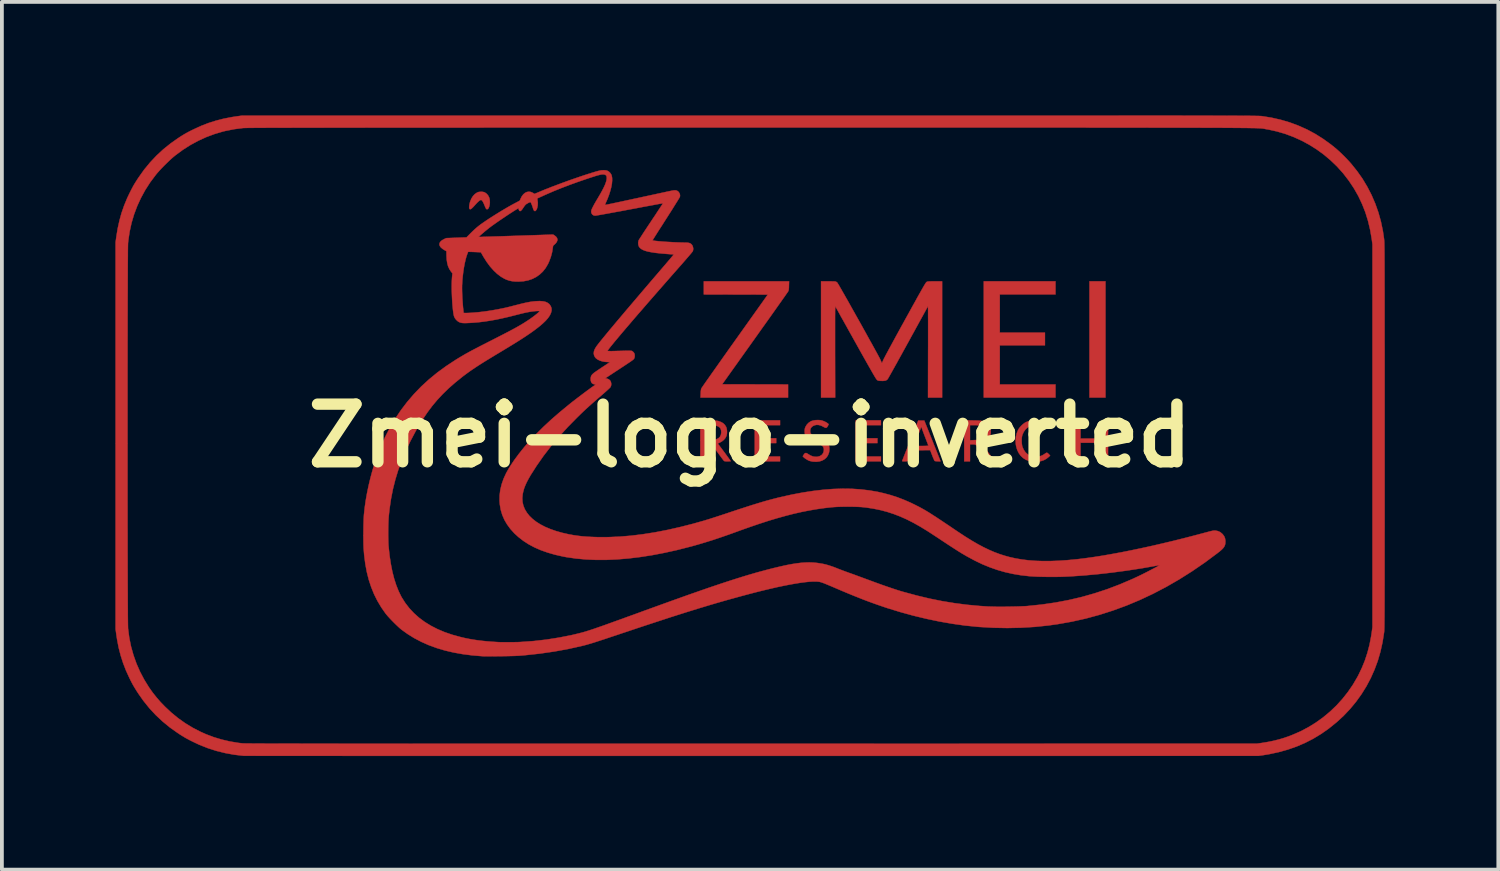
<source format=kicad_pcb>
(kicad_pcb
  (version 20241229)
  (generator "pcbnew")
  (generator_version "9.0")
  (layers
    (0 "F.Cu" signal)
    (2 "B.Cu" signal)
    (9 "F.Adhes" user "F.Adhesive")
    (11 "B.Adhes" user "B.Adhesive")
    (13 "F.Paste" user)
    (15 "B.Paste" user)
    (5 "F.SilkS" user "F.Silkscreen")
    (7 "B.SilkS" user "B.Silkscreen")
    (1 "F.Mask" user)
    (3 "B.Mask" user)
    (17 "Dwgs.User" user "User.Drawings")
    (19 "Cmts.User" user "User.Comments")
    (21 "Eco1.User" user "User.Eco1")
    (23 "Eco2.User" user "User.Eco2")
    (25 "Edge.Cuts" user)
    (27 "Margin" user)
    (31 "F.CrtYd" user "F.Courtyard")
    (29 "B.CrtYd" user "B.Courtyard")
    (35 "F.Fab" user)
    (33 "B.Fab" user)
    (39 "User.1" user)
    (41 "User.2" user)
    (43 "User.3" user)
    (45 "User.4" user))
  (footprint "Zmei-logo-inverted"
    (layer "F.Cu")
    (at 16.773 8.467)
    (property "Reference" "Zmei-logo-inverted" (at 0 0 0) (layer "F.SilkS") (effects (font (size 1.524 1.524) (thickness 0.3))))
    (attr through_hole)
    (fp_poly (pts (xy 9.398 -1.008) (xy 8.975 -1.008) (xy 8.975 -4.081) (xy 9.398 -4.081) (xy 9.398 -1.008)) (stroke (width 0.01) (type solid)) (fill yes) (layer "F.Cu"))
    (fp_poly (pts (xy 0.796 -0.279) (xy 0.279 -0.279) (xy 0.279 0.068) (xy 0.694 0.068) (xy 0.694 0.195) (xy 0.279 0.195) (xy 0.279 0.55) (xy 0.796 0.55) (xy 0.796 0.677) (xy 0.127 0.677) (xy 0.127 -0.406) (xy 0.796 -0.406) (xy 0.796 -0.279)) (stroke (width 0.01) (type solid)) (fill yes) (layer "F.Cu"))
    (fp_poly (pts (xy 3.463 -0.279) (xy 2.946 -0.279) (xy 2.946 0.068) (xy 3.37 0.068) (xy 3.37 0.195) (xy 2.946 0.195) (xy 2.946 0.55) (xy 3.463 0.55) (xy 3.463 0.677) (xy 2.794 0.677) (xy 2.794 -0.406) (xy 3.463 -0.406) (xy 3.463 -0.279)) (stroke (width 0.01) (type solid)) (fill yes) (layer "F.Cu"))
    (fp_poly (pts (xy 8.077 -3.734) (xy 6.604 -3.734) (xy 6.604 -2.726) (xy 7.798 -2.726) (xy 7.798 -2.388) (xy 6.604 -2.388) (xy 6.604 -1.355) (xy 8.077 -1.355) (xy 8.077 -1.008) (xy 6.181 -1.008) (xy 6.181 -4.081) (xy 8.077 -4.081) (xy 8.077 -3.734)) (stroke (width 0.01) (type solid)) (fill yes) (layer "F.Cu"))
    (fp_poly (pts (xy 8.738 0.076) (xy 9.313 0.076) (xy 9.313 -0.406) (xy 9.466 -0.406) (xy 9.466 0.677) (xy 9.313 0.677) (xy 9.313 0.186) (xy 8.738 0.186) (xy 8.738 0.677) (xy 8.585 0.677) (xy 8.585 -0.406) (xy 8.738 -0.406) (xy 8.738 0.076)) (stroke (width 0.01) (type solid)) (fill yes) (layer "F.Cu"))
    (fp_poly (pts (xy -7.076 -6.447) (xy -7.031 -6.439) (xy -7.006 -6.429) (xy -6.96 -6.396) (xy -6.921 -6.351) (xy -6.894 -6.297) (xy -6.893 -6.296) (xy -6.881 -6.254) (xy -6.876 -6.207) (xy -6.875 -6.158) (xy -6.88 -6.11) (xy -6.889 -6.066) (xy -6.902 -6.03) (xy -6.918 -6.002) (xy -6.937 -5.988) (xy -6.946 -5.986) (xy -6.958 -5.987) (xy -6.967 -5.991) (xy -6.976 -6.002) (xy -6.986 -6.021) (xy -7 -6.051) (xy -7.015 -6.088) (xy -7.039 -6.145) (xy -7.061 -6.187) (xy -7.08 -6.215) (xy -7.097 -6.229) (xy -7.107 -6.231) (xy -7.125 -6.228) (xy -7.147 -6.216) (xy -7.174 -6.194) (xy -7.208 -6.162) (xy -7.249 -6.118) (xy -7.273 -6.091) (xy -7.314 -6.046) (xy -7.346 -6.015) (xy -7.371 -5.995) (xy -7.389 -5.986) (xy -7.403 -5.987) (xy -7.414 -5.998) (xy -7.417 -6.003) (xy -7.422 -6.025) (xy -7.421 -6.06) (xy -7.416 -6.104) (xy -7.405 -6.153) (xy -7.395 -6.19) (xy -7.363 -6.267) (xy -7.321 -6.334) (xy -7.27 -6.388) (xy -7.211 -6.428) (xy -7.173 -6.442) (xy -7.125 -6.448) (xy -7.076 -6.447)) (stroke (width 0.01) (type solid)) (fill yes) (layer "F.Cu"))
    (fp_poly (pts (xy 1.031 -3.965) (xy 1.03 -3.916) (xy 1.027 -3.88) (xy 1.024 -3.854) (xy 1.019 -3.835) (xy 1.012 -3.818) (xy 1.01 -3.814) (xy 1.003 -3.804) (xy 0.987 -3.78) (xy 0.962 -3.745) (xy 0.929 -3.697) (xy 0.888 -3.639) (xy 0.839 -3.57) (xy 0.784 -3.492) (xy 0.723 -3.406) (xy 0.656 -3.311) (xy 0.584 -3.209) (xy 0.507 -3.101) (xy 0.425 -2.986) (xy 0.34 -2.867) (xy 0.252 -2.743) (xy 0.161 -2.615) (xy 0.129 -2.57) (xy -0.734 -1.359) (xy 0.137 -1.357) (xy 1.008 -1.355) (xy 1.008 -1.008) (xy -1.306 -1.008) (xy -1.302 -1.111) (xy -1.299 -1.17) (xy -1.294 -1.213) (xy -1.286 -1.243) (xy -1.284 -1.249) (xy -1.278 -1.259) (xy -1.262 -1.283) (xy -1.238 -1.318) (xy -1.205 -1.366) (xy -1.164 -1.424) (xy -1.116 -1.493) (xy -1.061 -1.571) (xy -1 -1.658) (xy -0.933 -1.752) (xy -0.861 -1.854) (xy -0.784 -1.963) (xy -0.703 -2.078) (xy -0.618 -2.198) (xy -0.53 -2.322) (xy -0.439 -2.45) (xy -0.399 -2.506) (xy 0.472 -3.73) (xy -0.373 -3.732) (xy -1.219 -3.734) (xy -1.219 -4.081) (xy 1.035 -4.081) (xy 1.031 -3.965)) (stroke (width 0.01) (type solid)) (fill yes) (layer "F.Cu"))
    (fp_poly (pts (xy 7.616 -0.413) (xy 7.687 -0.402) (xy 7.736 -0.386) (xy 7.788 -0.363) (xy 7.839 -0.336) (xy 7.88 -0.308) (xy 7.886 -0.302) (xy 7.917 -0.275) (xy 7.885 -0.233) (xy 7.865 -0.21) (xy 7.848 -0.194) (xy 7.838 -0.188) (xy 7.824 -0.191) (xy 7.801 -0.201) (xy 7.772 -0.215) (xy 7.766 -0.219) (xy 7.702 -0.252) (xy 7.639 -0.271) (xy 7.573 -0.279) (xy 7.552 -0.279) (xy 7.471 -0.272) (xy 7.399 -0.251) (xy 7.336 -0.215) (xy 7.282 -0.165) (xy 7.237 -0.101) (xy 7.202 -0.023) (xy 7.2 -0.017) (xy 7.19 0.026) (xy 7.184 0.081) (xy 7.183 0.141) (xy 7.186 0.201) (xy 7.193 0.256) (xy 7.203 0.297) (xy 7.238 0.374) (xy 7.283 0.438) (xy 7.338 0.488) (xy 7.402 0.526) (xy 7.474 0.548) (xy 7.552 0.556) (xy 7.613 0.552) (xy 7.673 0.54) (xy 7.723 0.522) (xy 7.768 0.496) (xy 7.792 0.48) (xy 7.816 0.463) (xy 7.837 0.452) (xy 7.847 0.449) (xy 7.861 0.454) (xy 7.881 0.469) (xy 7.899 0.487) (xy 7.936 0.525) (xy 7.9 0.559) (xy 7.837 0.609) (xy 7.772 0.645) (xy 7.699 0.67) (xy 7.616 0.685) (xy 7.607 0.686) (xy 7.573 0.689) (xy 7.546 0.692) (xy 7.53 0.693) (xy 7.527 0.693) (xy 7.517 0.692) (xy 7.495 0.689) (xy 7.466 0.685) (xy 7.466 0.685) (xy 7.375 0.667) (xy 7.292 0.635) (xy 7.22 0.589) (xy 7.157 0.53) (xy 7.106 0.46) (xy 7.066 0.378) (xy 7.038 0.286) (xy 7.027 0.219) (xy 7.022 0.122) (xy 7.031 0.026) (xy 7.053 -0.066) (xy 7.087 -0.15) (xy 7.097 -0.169) (xy 7.127 -0.213) (xy 7.168 -0.259) (xy 7.213 -0.302) (xy 7.26 -0.337) (xy 7.287 -0.354) (xy 7.361 -0.384) (xy 7.443 -0.405) (xy 7.53 -0.415) (xy 7.616 -0.413)) (stroke (width 0.01) (type solid)) (fill yes) (layer "F.Cu"))
    (fp_poly (pts (xy 5.882 -0.404) (xy 5.956 -0.403) (xy 6.016 -0.401) (xy 6.064 -0.398) (xy 6.103 -0.394) (xy 6.136 -0.388) (xy 6.164 -0.381) (xy 6.191 -0.371) (xy 6.219 -0.358) (xy 6.233 -0.351) (xy 6.276 -0.321) (xy 6.315 -0.28) (xy 6.344 -0.233) (xy 6.353 -0.211) (xy 6.364 -0.16) (xy 6.367 -0.102) (xy 6.363 -0.044) (xy 6.352 0.006) (xy 6.35 0.012) (xy 6.32 0.067) (xy 6.277 0.117) (xy 6.221 0.159) (xy 6.156 0.191) (xy 6.136 0.198) (xy 6.128 0.202) (xy 6.128 0.21) (xy 6.138 0.225) (xy 6.146 0.235) (xy 6.157 0.25) (xy 6.177 0.276) (xy 6.204 0.312) (xy 6.236 0.356) (xy 6.273 0.405) (xy 6.311 0.458) (xy 6.32 0.47) (xy 6.469 0.673) (xy 6.395 0.676) (xy 6.359 0.676) (xy 6.328 0.676) (xy 6.307 0.675) (xy 6.303 0.674) (xy 6.294 0.666) (xy 6.275 0.645) (xy 6.249 0.613) (xy 6.217 0.571) (xy 6.179 0.521) (xy 6.136 0.462) (xy 6.136 0.462) (xy 6.097 0.409) (xy 6.061 0.361) (xy 6.029 0.318) (xy 6.002 0.283) (xy 5.981 0.257) (xy 5.969 0.243) (xy 5.967 0.241) (xy 5.945 0.233) (xy 5.91 0.229) (xy 5.882 0.229) (xy 5.817 0.229) (xy 5.817 0.677) (xy 5.664 0.677) (xy 5.664 -0.279) (xy 5.817 -0.279) (xy 5.817 0.121) (xy 5.929 0.116) (xy 5.988 0.113) (xy 6.037 0.107) (xy 6.071 0.1) (xy 6.078 0.098) (xy 6.133 0.07) (xy 6.175 0.032) (xy 6.203 -0.014) (xy 6.217 -0.067) (xy 6.216 -0.125) (xy 6.213 -0.138) (xy 6.202 -0.172) (xy 6.183 -0.202) (xy 6.169 -0.217) (xy 6.143 -0.24) (xy 6.114 -0.256) (xy 6.079 -0.268) (xy 6.035 -0.275) (xy 5.98 -0.279) (xy 5.929 -0.279) (xy 5.817 -0.279) (xy 5.664 -0.279) (xy 5.664 -0.408) (xy 5.882 -0.404)) (stroke (width 0.01) (type solid)) (fill yes) (layer "F.Cu"))
    (fp_poly (pts (xy 4.823 0.135) (xy 4.859 0.226) (xy 4.893 0.312) (xy 4.925 0.391) (xy 4.954 0.464) (xy 4.979 0.528) (xy 5.001 0.582) (xy 5.018 0.625) (xy 5.03 0.655) (xy 5.037 0.672) (xy 5.038 0.675) (xy 5.03 0.678) (xy 5.01 0.679) (xy 4.982 0.678) (xy 4.951 0.676) (xy 4.922 0.674) (xy 4.898 0.671) (xy 4.884 0.667) (xy 4.883 0.667) (xy 4.876 0.656) (xy 4.864 0.631) (xy 4.849 0.597) (xy 4.831 0.555) (xy 4.817 0.518) (xy 4.764 0.381) (xy 4.291 0.385) (xy 4.24 0.516) (xy 4.223 0.561) (xy 4.206 0.602) (xy 4.191 0.634) (xy 4.181 0.656) (xy 4.176 0.663) (xy 4.166 0.67) (xy 4.149 0.675) (xy 4.122 0.677) (xy 4.092 0.677) (xy 4.057 0.677) (xy 4.036 0.676) (xy 4.026 0.672) (xy 4.024 0.667) (xy 4.025 0.663) (xy 4.029 0.652) (xy 4.039 0.628) (xy 4.054 0.59) (xy 4.073 0.541) (xy 4.097 0.481) (xy 4.124 0.412) (xy 4.155 0.336) (xy 4.181 0.271) (xy 4.335 0.271) (xy 4.526 0.271) (xy 4.583 0.271) (xy 4.632 0.27) (xy 4.672 0.268) (xy 4.7 0.266) (xy 4.715 0.264) (xy 4.716 0.263) (xy 4.713 0.254) (xy 4.705 0.23) (xy 4.692 0.195) (xy 4.675 0.151) (xy 4.655 0.099) (xy 4.633 0.041) (xy 4.627 0.026) (xy 4.604 -0.033) (xy 4.584 -0.088) (xy 4.566 -0.135) (xy 4.552 -0.174) (xy 4.543 -0.201) (xy 4.538 -0.215) (xy 4.538 -0.216) (xy 4.533 -0.227) (xy 4.53 -0.229) (xy 4.521 -0.222) (xy 4.521 -0.22) (xy 4.518 -0.21) (xy 4.51 -0.187) (xy 4.497 -0.153) (xy 4.481 -0.109) (xy 4.462 -0.058) (xy 4.441 -0.003) (xy 4.419 0.054) (xy 4.397 0.112) (xy 4.376 0.168) (xy 4.356 0.219) (xy 4.353 0.226) (xy 4.335 0.271) (xy 4.181 0.271) (xy 4.188 0.253) (xy 4.223 0.165) (xy 4.24 0.123) (xy 4.45 -0.402) (xy 4.608 -0.402) (xy 4.823 0.135)) (stroke (width 0.01) (type solid)) (fill yes) (layer "F.Cu"))
    (fp_poly (pts (xy -1.094 -0.404) (xy -1.018 -0.402) (xy -0.956 -0.4) (xy -0.908 -0.397) (xy -0.871 -0.394) (xy -0.845 -0.39) (xy -0.832 -0.387) (xy -0.762 -0.361) (xy -0.706 -0.328) (xy -0.663 -0.286) (xy -0.63 -0.234) (xy -0.628 -0.229) (xy -0.613 -0.181) (xy -0.606 -0.124) (xy -0.607 -0.065) (xy -0.616 -0.009) (xy -0.621 0.006) (xy -0.647 0.059) (xy -0.688 0.107) (xy -0.74 0.15) (xy -0.79 0.178) (xy -0.822 0.193) (xy -0.84 0.204) (xy -0.847 0.211) (xy -0.845 0.218) (xy -0.843 0.22) (xy -0.835 0.229) (xy -0.819 0.249) (xy -0.796 0.279) (xy -0.768 0.316) (xy -0.736 0.359) (xy -0.701 0.406) (xy -0.665 0.454) (xy -0.63 0.502) (xy -0.597 0.548) (xy -0.567 0.589) (xy -0.541 0.624) (xy -0.522 0.651) (xy -0.511 0.668) (xy -0.508 0.673) (xy -0.516 0.675) (xy -0.537 0.676) (xy -0.568 0.677) (xy -0.591 0.677) (xy -0.63 0.677) (xy -0.656 0.675) (xy -0.673 0.672) (xy -0.684 0.666) (xy -0.692 0.658) (xy -0.701 0.647) (xy -0.719 0.623) (xy -0.744 0.59) (xy -0.774 0.549) (xy -0.809 0.502) (xy -0.846 0.451) (xy -0.851 0.445) (xy -0.888 0.394) (xy -0.923 0.347) (xy -0.954 0.307) (xy -0.98 0.274) (xy -0.999 0.251) (xy -1.01 0.24) (xy -1.01 0.239) (xy -1.028 0.234) (xy -1.056 0.231) (xy -1.09 0.229) (xy -1.094 0.229) (xy -1.16 0.229) (xy -1.16 0.677) (xy -1.312 0.677) (xy -1.312 -0.279) (xy -1.16 -0.279) (xy -1.16 0.119) (xy -1.077 0.119) (xy -1.034 0.118) (xy -0.991 0.115) (xy -0.954 0.111) (xy -0.944 0.109) (xy -0.879 0.091) (xy -0.828 0.063) (xy -0.791 0.026) (xy -0.768 -0.022) (xy -0.758 -0.079) (xy -0.758 -0.089) (xy -0.762 -0.142) (xy -0.776 -0.186) (xy -0.801 -0.22) (xy -0.838 -0.246) (xy -0.887 -0.264) (xy -0.95 -0.275) (xy -1.028 -0.279) (xy -1.047 -0.279) (xy -1.16 -0.279) (xy -1.312 -0.279) (xy -1.312 -0.408) (xy -1.094 -0.404)) (stroke (width 0.01) (type solid)) (fill yes) (layer "F.Cu"))
    (fp_poly (pts (xy 1.844 -0.412) (xy 1.881 -0.407) (xy 1.927 -0.394) (xy 1.976 -0.374) (xy 2.022 -0.35) (xy 2.055 -0.327) (xy 2.082 -0.304) (xy 2.061 -0.262) (xy 2.042 -0.229) (xy 2.023 -0.212) (xy 2.001 -0.209) (xy 1.973 -0.219) (xy 1.949 -0.232) (xy 1.883 -0.266) (xy 1.818 -0.284) (xy 1.757 -0.287) (xy 1.7 -0.273) (xy 1.659 -0.252) (xy 1.622 -0.219) (xy 1.6 -0.18) (xy 1.592 -0.133) (xy 1.592 -0.126) (xy 1.593 -0.096) (xy 1.598 -0.075) (xy 1.61 -0.056) (xy 1.618 -0.046) (xy 1.636 -0.029) (xy 1.656 -0.013) (xy 1.682 0.002) (xy 1.715 0.017) (xy 1.76 0.034) (xy 1.81 0.052) (xy 1.884 0.08) (xy 1.943 0.106) (xy 1.99 0.132) (xy 2.026 0.159) (xy 2.054 0.189) (xy 2.075 0.223) (xy 2.08 0.233) (xy 2.093 0.275) (xy 2.099 0.327) (xy 2.099 0.383) (xy 2.092 0.437) (xy 2.086 0.458) (xy 2.059 0.524) (xy 2.019 0.58) (xy 1.967 0.625) (xy 1.905 0.659) (xy 1.834 0.68) (xy 1.755 0.689) (xy 1.669 0.685) (xy 1.632 0.679) (xy 1.595 0.67) (xy 1.575 0.665) (xy 1.539 0.65) (xy 1.499 0.627) (xy 1.46 0.602) (xy 1.428 0.577) (xy 1.416 0.565) (xy 1.396 0.544) (xy 1.423 0.501) (xy 1.444 0.472) (xy 1.465 0.458) (xy 1.49 0.458) (xy 1.52 0.473) (xy 1.543 0.488) (xy 1.603 0.524) (xy 1.665 0.548) (xy 1.727 0.558) (xy 1.787 0.556) (xy 1.842 0.541) (xy 1.89 0.513) (xy 1.905 0.5) (xy 1.932 0.463) (xy 1.949 0.419) (xy 1.955 0.372) (xy 1.95 0.327) (xy 1.935 0.292) (xy 1.909 0.264) (xy 1.868 0.238) (xy 1.812 0.213) (xy 1.757 0.194) (xy 1.672 0.165) (xy 1.602 0.135) (xy 1.547 0.103) (xy 1.506 0.066) (xy 1.476 0.025) (xy 1.457 -0.022) (xy 1.448 -0.077) (xy 1.446 -0.119) (xy 1.448 -0.16) (xy 1.453 -0.193) (xy 1.464 -0.225) (xy 1.47 -0.237) (xy 1.502 -0.29) (xy 1.546 -0.337) (xy 1.599 -0.375) (xy 1.632 -0.39) (xy 1.676 -0.402) (xy 1.73 -0.411) (xy 1.788 -0.414) (xy 1.844 -0.412)) (stroke (width 0.01) (type solid)) (fill yes) (layer "F.Cu"))
    (fp_poly (pts (xy 2.111 -4.081) (xy 2.162 -4.08) (xy 2.205 -4.079) (xy 2.238 -4.078) (xy 2.258 -4.076) (xy 2.26 -4.076) (xy 2.285 -4.065) (xy 2.307 -4.049) (xy 2.308 -4.048) (xy 2.315 -4.037) (xy 2.33 -4.012) (xy 2.353 -3.975) (xy 2.381 -3.925) (xy 2.416 -3.866) (xy 2.455 -3.796) (xy 2.5 -3.718) (xy 2.548 -3.633) (xy 2.6 -3.542) (xy 2.654 -3.445) (xy 2.711 -3.343) (xy 2.77 -3.239) (xy 2.829 -3.133) (xy 2.89 -3.025) (xy 2.95 -2.918) (xy 3.009 -2.811) (xy 3.067 -2.707) (xy 3.123 -2.605) (xy 3.177 -2.508) (xy 3.228 -2.417) (xy 3.275 -2.331) (xy 3.318 -2.253) (xy 3.356 -2.184) (xy 3.388 -2.124) (xy 3.415 -2.074) (xy 3.435 -2.036) (xy 3.447 -2.011) (xy 3.451 -2.002) (xy 3.465 -1.969) (xy 3.477 -1.942) (xy 3.485 -1.926) (xy 3.488 -1.922) (xy 3.493 -1.929) (xy 3.502 -1.949) (xy 3.515 -1.978) (xy 3.524 -2) (xy 3.532 -2.017) (xy 3.548 -2.048) (xy 3.571 -2.092) (xy 3.6 -2.148) (xy 3.636 -2.214) (xy 3.677 -2.291) (xy 3.724 -2.377) (xy 3.775 -2.471) (xy 3.83 -2.572) (xy 3.888 -2.679) (xy 3.95 -2.792) (xy 4.014 -2.909) (xy 4.081 -3.029) (xy 4.1 -3.065) (xy 4.179 -3.207) (xy 4.249 -3.334) (xy 4.312 -3.449) (xy 4.369 -3.55) (xy 4.418 -3.64) (xy 4.462 -3.719) (xy 4.501 -3.787) (xy 4.534 -3.846) (xy 4.562 -3.896) (xy 4.586 -3.937) (xy 4.606 -3.972) (xy 4.623 -3.999) (xy 4.636 -4.021) (xy 4.647 -4.037) (xy 4.656 -4.049) (xy 4.663 -4.058) (xy 4.669 -4.063) (xy 4.674 -4.066) (xy 4.674 -4.066) (xy 4.686 -4.071) (xy 4.7 -4.075) (xy 4.721 -4.077) (xy 4.748 -4.079) (xy 4.786 -4.08) (xy 4.837 -4.081) (xy 4.892 -4.081) (xy 5.08 -4.081) (xy 5.08 -1.008) (xy 4.707 -1.008) (xy 4.709 -2.218) (xy 4.71 -2.359) (xy 4.71 -2.496) (xy 4.71 -2.627) (xy 4.71 -2.752) (xy 4.71 -2.869) (xy 4.71 -2.977) (xy 4.71 -3.076) (xy 4.709 -3.164) (xy 4.709 -3.241) (xy 4.709 -3.306) (xy 4.708 -3.357) (xy 4.708 -3.394) (xy 4.707 -3.416) (xy 4.707 -3.422) (xy 4.702 -3.414) (xy 4.69 -3.392) (xy 4.67 -3.357) (xy 4.644 -3.31) (xy 4.612 -3.251) (xy 4.574 -3.182) (xy 4.531 -3.104) (xy 4.483 -3.017) (xy 4.431 -2.922) (xy 4.375 -2.82) (xy 4.316 -2.712) (xy 4.254 -2.6) (xy 4.19 -2.482) (xy 4.182 -2.468) (xy 4.117 -2.35) (xy 4.054 -2.236) (xy 3.994 -2.126) (xy 3.936 -2.023) (xy 3.883 -1.925) (xy 3.833 -1.836) (xy 3.787 -1.754) (xy 3.747 -1.682) (xy 3.712 -1.62) (xy 3.683 -1.569) (xy 3.661 -1.53) (xy 3.646 -1.505) (xy 3.638 -1.493) (xy 3.638 -1.492) (xy 3.615 -1.472) (xy 3.587 -1.458) (xy 3.551 -1.451) (xy 3.504 -1.448) (xy 3.469 -1.449) (xy 3.431 -1.451) (xy 3.405 -1.454) (xy 3.386 -1.458) (xy 3.371 -1.466) (xy 3.357 -1.477) (xy 3.351 -1.484) (xy 3.342 -1.496) (xy 3.329 -1.515) (xy 3.313 -1.54) (xy 3.293 -1.573) (xy 3.269 -1.614) (xy 3.24 -1.664) (xy 3.206 -1.724) (xy 3.166 -1.794) (xy 3.12 -1.875) (xy 3.068 -1.967) (xy 3.009 -2.072) (xy 2.943 -2.189) (xy 2.87 -2.32) (xy 2.797 -2.451) (xy 2.731 -2.569) (xy 2.668 -2.682) (xy 2.607 -2.791) (xy 2.55 -2.894) (xy 2.496 -2.991) (xy 2.446 -3.08) (xy 2.401 -3.16) (xy 2.362 -3.232) (xy 2.328 -3.293) (xy 2.3 -3.343) (xy 2.279 -3.381) (xy 2.264 -3.406) (xy 2.258 -3.418) (xy 2.258 -3.418) (xy 2.256 -3.417) (xy 2.255 -3.408) (xy 2.254 -3.391) (xy 2.253 -3.364) (xy 2.252 -3.328) (xy 2.251 -3.281) (xy 2.251 -3.224) (xy 2.25 -3.154) (xy 2.25 -3.072) (xy 2.25 -2.978) (xy 2.25 -2.87) (xy 2.25 -2.747) (xy 2.25 -2.61) (xy 2.25 -2.457) (xy 2.25 -2.289) (xy 2.25 -2.222) (xy 2.253 -1.008) (xy 1.88 -1.008) (xy 1.88 -4.081) (xy 2.056 -4.081) (xy 2.111 -4.081)) (stroke (width 0.01) (type solid)) (fill yes) (layer "F.Cu"))
    (fp_poly (pts (xy 1.135 -8.462) (xy 1.678 -8.462) (xy 2.204 -8.462) (xy 2.715 -8.462) (xy 3.21 -8.462) (xy 3.689 -8.462) (xy 4.153 -8.462) (xy 4.602 -8.462) (xy 5.037 -8.462) (xy 5.457 -8.462) (xy 5.863 -8.462) (xy 6.255 -8.462) (xy 6.633 -8.462) (xy 6.998 -8.462) (xy 7.349 -8.462) (xy 7.688 -8.462) (xy 8.014 -8.462) (xy 8.327 -8.462) (xy 8.628 -8.462) (xy 8.917 -8.462) (xy 9.195 -8.462) (xy 9.46 -8.462) (xy 9.715 -8.462) (xy 9.959 -8.461) (xy 10.192 -8.461) (xy 10.414 -8.461) (xy 10.626 -8.461) (xy 10.828 -8.461) (xy 11.02 -8.461) (xy 11.203 -8.461) (xy 11.377 -8.461) (xy 11.541 -8.46) (xy 11.697 -8.46) (xy 11.845 -8.46) (xy 11.983 -8.46) (xy 12.114 -8.46) (xy 12.238 -8.459) (xy 12.353 -8.459) (xy 12.462 -8.459) (xy 12.563 -8.459) (xy 12.657 -8.458) (xy 12.745 -8.458) (xy 12.827 -8.458) (xy 12.903 -8.457) (xy 12.973 -8.457) (xy 13.037 -8.457) (xy 13.096 -8.456) (xy 13.15 -8.456) (xy 13.199 -8.456) (xy 13.243 -8.455) (xy 13.284 -8.455) (xy 13.32 -8.454) (xy 13.352 -8.454) (xy 13.381 -8.453) (xy 13.406 -8.453) (xy 13.429 -8.452) (xy 13.448 -8.452) (xy 13.465 -8.451) (xy 13.48 -8.451) (xy 13.492 -8.45) (xy 13.503 -8.45) (xy 13.512 -8.449) (xy 13.519 -8.449) (xy 13.526 -8.448) (xy 13.532 -8.447) (xy 13.534 -8.447) (xy 13.788 -8.406) (xy 14.034 -8.35) (xy 14.272 -8.28) (xy 14.502 -8.194) (xy 14.725 -8.094) (xy 14.942 -7.978) (xy 15.151 -7.846) (xy 15.355 -7.699) (xy 15.466 -7.61) (xy 15.538 -7.548) (xy 15.616 -7.476) (xy 15.696 -7.398) (xy 15.774 -7.319) (xy 15.846 -7.242) (xy 15.889 -7.193) (xy 16.047 -6.997) (xy 16.191 -6.793) (xy 16.318 -6.581) (xy 16.431 -6.362) (xy 16.529 -6.135) (xy 16.612 -5.9) (xy 16.679 -5.659) (xy 16.731 -5.41) (xy 16.761 -5.207) (xy 16.762 -5.198) (xy 16.763 -5.188) (xy 16.764 -5.177) (xy 16.765 -5.165) (xy 16.766 -5.15) (xy 16.767 -5.133) (xy 16.768 -5.113) (xy 16.769 -5.089) (xy 16.769 -5.062) (xy 16.77 -5.031) (xy 16.77 -4.995) (xy 16.771 -4.955) (xy 16.772 -4.909) (xy 16.772 -4.858) (xy 16.773 -4.8) (xy 16.773 -4.736) (xy 16.773 -4.664) (xy 16.774 -4.586) (xy 16.774 -4.5) (xy 16.774 -4.405) (xy 16.775 -4.302) (xy 16.775 -4.19) (xy 16.775 -4.069) (xy 16.775 -3.937) (xy 16.776 -3.796) (xy 16.776 -3.644) (xy 16.776 -3.481) (xy 16.776 -3.306) (xy 16.776 -3.12) (xy 16.776 -2.921) (xy 16.776 -2.71) (xy 16.776 -2.486) (xy 16.777 -2.248) (xy 16.777 -1.996) (xy 16.777 -1.73) (xy 16.777 -1.45) (xy 16.777 -1.154) (xy 16.777 -0.843) (xy 16.777 -0.515) (xy 16.777 -0.172) (xy 16.777 0) (xy 16.777 0.352) (xy 16.777 0.687) (xy 16.777 1.006) (xy 16.777 1.309) (xy 16.777 1.597) (xy 16.777 1.87) (xy 16.777 2.128) (xy 16.777 2.373) (xy 16.776 2.603) (xy 16.776 2.821) (xy 16.776 3.026) (xy 16.776 3.218) (xy 16.776 3.398) (xy 16.776 3.567) (xy 16.776 3.724) (xy 16.776 3.87) (xy 16.775 4.007) (xy 16.775 4.133) (xy 16.775 4.249) (xy 16.775 4.356) (xy 16.774 4.455) (xy 16.774 4.545) (xy 16.774 4.627) (xy 16.773 4.702) (xy 16.773 4.77) (xy 16.772 4.83) (xy 16.772 4.885) (xy 16.771 4.933) (xy 16.771 4.977) (xy 16.77 5.014) (xy 16.77 5.048) (xy 16.769 5.077) (xy 16.768 5.102) (xy 16.767 5.123) (xy 16.767 5.142) (xy 16.766 5.158) (xy 16.765 5.171) (xy 16.764 5.183) (xy 16.763 5.193) (xy 16.762 5.203) (xy 16.761 5.207) (xy 16.721 5.461) (xy 16.666 5.708) (xy 16.596 5.949) (xy 16.51 6.181) (xy 16.41 6.406) (xy 16.295 6.623) (xy 16.165 6.832) (xy 16.022 7.031) (xy 15.865 7.221) (xy 15.694 7.402) (xy 15.509 7.572) (xy 15.311 7.732) (xy 15.293 7.746) (xy 15.094 7.885) (xy 14.887 8.01) (xy 14.672 8.12) (xy 14.448 8.216) (xy 14.216 8.297) (xy 13.975 8.364) (xy 13.725 8.418) (xy 13.568 8.444) (xy 13.441 8.462) (xy 0.047 8.463) (xy -0.43 8.463) (xy -0.902 8.463) (xy -1.37 8.463) (xy -1.834 8.463) (xy -2.293 8.463) (xy -2.746 8.463) (xy -3.194 8.463) (xy -3.637 8.463) (xy -4.073 8.463) (xy -4.503 8.463) (xy -4.927 8.463) (xy -5.343 8.463) (xy -5.753 8.463) (xy -6.155 8.463) (xy -6.549 8.463) (xy -6.936 8.463) (xy -7.314 8.463) (xy -7.683 8.463) (xy -8.044 8.463) (xy -8.395 8.463) (xy -8.737 8.463) (xy -9.069 8.463) (xy -9.391 8.463) (xy -9.703 8.463) (xy -10.005 8.463) (xy -10.295 8.463) (xy -10.574 8.463) (xy -10.842 8.462) (xy -11.098 8.462) (xy -11.342 8.462) (xy -11.574 8.462) (xy -11.793 8.462) (xy -12 8.462) (xy -12.193 8.462) (xy -12.373 8.462) (xy -12.539 8.462) (xy -12.691 8.462) (xy -12.829 8.462) (xy -12.952 8.462) (xy -13.06 8.462) (xy -13.153 8.461) (xy -13.231 8.461) (xy -13.293 8.461) (xy -13.338 8.461) (xy -13.368 8.461) (xy -13.381 8.461) (xy -13.382 8.461) (xy -13.631 8.432) (xy -13.872 8.388) (xy -14.106 8.33) (xy -14.333 8.257) (xy -14.555 8.169) (xy -14.703 8.099) (xy -14.779 8.062) (xy -14.844 8.028) (xy -14.902 7.997) (xy -14.957 7.965) (xy -15.014 7.93) (xy -15.077 7.89) (xy -15.134 7.852) (xy -15.337 7.708) (xy -15.528 7.551) (xy -15.708 7.382) (xy -15.876 7.201) (xy -16.031 7.008) (xy -16.158 6.828) (xy -16.204 6.758) (xy -16.243 6.696) (xy -16.277 6.64) (xy -16.309 6.585) (xy -16.341 6.526) (xy -16.375 6.459) (xy -16.405 6.398) (xy -16.494 6.204) (xy -16.569 6.009) (xy -16.633 5.81) (xy -16.686 5.604) (xy -16.728 5.387) (xy -16.749 5.249) (xy -16.768 5.11) (xy -16.768 -0.042) (xy -16.452 -0.042) (xy -16.452 0.215) (xy -16.452 0.471) (xy -16.452 0.727) (xy -16.452 0.981) (xy -16.452 1.232) (xy -16.452 1.481) (xy -16.452 1.727) (xy -16.451 1.968) (xy -16.451 2.205) (xy -16.451 2.437) (xy -16.45 2.663) (xy -16.45 2.883) (xy -16.45 3.096) (xy -16.449 3.301) (xy -16.449 3.498) (xy -16.448 3.687) (xy -16.448 3.867) (xy -16.447 4.037) (xy -16.446 4.196) (xy -16.446 4.345) (xy -16.445 4.482) (xy -16.444 4.607) (xy -16.444 4.719) (xy -16.443 4.818) (xy -16.442 4.903) (xy -16.441 4.974) (xy -16.44 5.03) (xy -16.439 5.07) (xy -16.438 5.094) (xy -16.438 5.098) (xy -16.407 5.337) (xy -16.36 5.57) (xy -16.296 5.798) (xy -16.217 6.021) (xy -16.122 6.237) (xy -16.011 6.448) (xy -15.885 6.652) (xy -15.873 6.669) (xy -15.781 6.798) (xy -15.684 6.92) (xy -15.579 7.041) (xy -15.465 7.159) (xy -15.292 7.321) (xy -15.113 7.468) (xy -14.926 7.6) (xy -14.73 7.719) (xy -14.525 7.825) (xy -14.38 7.89) (xy -14.177 7.967) (xy -13.965 8.031) (xy -13.747 8.082) (xy -13.526 8.119) (xy -13.415 8.132) (xy -13.408 8.132) (xy -13.396 8.133) (xy -13.378 8.133) (xy -13.356 8.134) (xy -13.327 8.134) (xy -13.293 8.135) (xy -13.253 8.135) (xy -13.206 8.135) (xy -13.153 8.136) (xy -13.093 8.136) (xy -13.026 8.137) (xy -12.952 8.137) (xy -12.871 8.137) (xy -12.782 8.138) (xy -12.685 8.138) (xy -12.581 8.138) (xy -12.468 8.138) (xy -12.346 8.139) (xy -12.216 8.139) (xy -12.076 8.139) (xy -11.928 8.139) (xy -11.77 8.14) (xy -11.602 8.14) (xy -11.425 8.14) (xy -11.238 8.14) (xy -11.04 8.14) (xy -10.832 8.141) (xy -10.613 8.141) (xy -10.383 8.141) (xy -10.142 8.141) (xy -9.889 8.141) (xy -9.625 8.141) (xy -9.349 8.141) (xy -9.061 8.141) (xy -8.761 8.142) (xy -8.448 8.142) (xy -8.122 8.142) (xy -7.784 8.142) (xy -7.432 8.142) (xy -7.067 8.142) (xy -6.688 8.142) (xy -6.295 8.142) (xy -5.888 8.142) (xy -5.467 8.142) (xy -5.032 8.142) (xy -4.581 8.142) (xy -4.116 8.142) (xy -3.636 8.142) (xy -3.14 8.142) (xy -2.628 8.142) (xy -2.101 8.142) (xy -1.557 8.142) (xy -0.997 8.142) (xy -0.421 8.142) (xy 0.047 8.142) (xy 13.399 8.14) (xy 13.525 8.122) (xy 13.69 8.095) (xy 13.841 8.064) (xy 13.986 8.028) (xy 14.126 7.986) (xy 14.268 7.936) (xy 14.334 7.91) (xy 14.551 7.816) (xy 14.759 7.706) (xy 14.959 7.583) (xy 15.15 7.446) (xy 15.33 7.296) (xy 15.5 7.135) (xy 15.658 6.961) (xy 15.804 6.777) (xy 15.938 6.582) (xy 16.058 6.377) (xy 16.083 6.33) (xy 16.176 6.136) (xy 16.256 5.939) (xy 16.322 5.737) (xy 16.377 5.528) (xy 16.419 5.309) (xy 16.436 5.199) (xy 16.455 5.059) (xy 16.455 -5.059) (xy 16.436 -5.199) (xy 16.394 -5.442) (xy 16.338 -5.677) (xy 16.268 -5.904) (xy 16.182 -6.122) (xy 16.082 -6.334) (xy 15.966 -6.538) (xy 15.835 -6.735) (xy 15.689 -6.925) (xy 15.671 -6.947) (xy 15.515 -7.12) (xy 15.347 -7.281) (xy 15.169 -7.431) (xy 14.981 -7.568) (xy 14.783 -7.692) (xy 14.578 -7.802) (xy 14.366 -7.898) (xy 14.149 -7.979) (xy 13.926 -8.044) (xy 13.7 -8.094) (xy 13.648 -8.102) (xy 13.638 -8.104) (xy 13.628 -8.106) (xy 13.62 -8.108) (xy 13.612 -8.109) (xy 13.604 -8.111) (xy 13.597 -8.113) (xy 13.59 -8.114) (xy 13.582 -8.116) (xy 13.574 -8.117) (xy 13.565 -8.118) (xy 13.555 -8.12) (xy 13.543 -8.121) (xy 13.53 -8.122) (xy 13.515 -8.123) (xy 13.498 -8.125) (xy 13.479 -8.126) (xy 13.458 -8.127) (xy 13.433 -8.128) (xy 13.405 -8.129) (xy 13.375 -8.13) (xy 13.34 -8.131) (xy 13.302 -8.132) (xy 13.26 -8.132) (xy 13.213 -8.133) (xy 13.162 -8.134) (xy 13.106 -8.135) (xy 13.045 -8.135) (xy 12.979 -8.136) (xy 12.907 -8.137) (xy 12.829 -8.137) (xy 12.746 -8.138) (xy 12.656 -8.139) (xy 12.56 -8.139) (xy 12.456 -8.14) (xy 12.346 -8.14) (xy 12.229 -8.14) (xy 12.104 -8.141) (xy 11.971 -8.141) (xy 11.83 -8.142) (xy 11.681 -8.142) (xy 11.523 -8.142) (xy 11.357 -8.143) (xy 11.181 -8.143) (xy 10.997 -8.143) (xy 10.802 -8.143) (xy 10.598 -8.143) (xy 10.384 -8.144) (xy 10.16 -8.144) (xy 9.925 -8.144) (xy 9.68 -8.144) (xy 9.423 -8.144) (xy 9.156 -8.144) (xy 8.876 -8.145) (xy 8.585 -8.145) (xy 8.282 -8.145) (xy 7.967 -8.145) (xy 7.639 -8.145) (xy 7.299 -8.145) (xy 6.945 -8.145) (xy 6.579 -8.145) (xy 6.198 -8.145) (xy 5.804 -8.145) (xy 5.396 -8.145) (xy 4.974 -8.145) (xy 4.537 -8.145) (xy 4.086 -8.145) (xy 3.62 -8.145) (xy 3.138 -8.145) (xy 2.641 -8.145) (xy 2.128 -8.145) (xy 1.599 -8.145) (xy 1.054 -8.145) (xy 0.493 -8.145) (xy 0.004 -8.145) (xy -0.574 -8.145) (xy -1.136 -8.145) (xy -1.681 -8.145) (xy -2.21 -8.145) (xy -2.723 -8.145) (xy -3.22 -8.145) (xy -3.702 -8.145) (xy -4.169 -8.145) (xy -4.62 -8.145) (xy -5.057 -8.145) (xy -5.479 -8.145) (xy -5.887 -8.145) (xy -6.281 -8.145) (xy -6.661 -8.145) (xy -7.028 -8.145) (xy -7.381 -8.144) (xy -7.722 -8.144) (xy -8.049 -8.144) (xy -8.364 -8.144) (xy -8.666 -8.144) (xy -8.957 -8.144) (xy -9.235 -8.144) (xy -9.502 -8.144) (xy -9.757 -8.144) (xy -10.002 -8.144) (xy -10.235 -8.143) (xy -10.458 -8.143) (xy -10.67 -8.143) (xy -10.872 -8.143) (xy -11.064 -8.143) (xy -11.247 -8.143) (xy -11.42 -8.142) (xy -11.584 -8.142) (xy -11.739 -8.142) (xy -11.885 -8.142) (xy -12.023 -8.142) (xy -12.152 -8.141) (xy -12.273 -8.141) (xy -12.387 -8.141) (xy -12.493 -8.14) (xy -12.592 -8.14) (xy -12.684 -8.14) (xy -12.769 -8.14) (xy -12.847 -8.139) (xy -12.919 -8.139) (xy -12.985 -8.139) (xy -13.045 -8.138) (xy -13.1 -8.138) (xy -13.149 -8.137) (xy -13.193 -8.137) (xy -13.232 -8.137) (xy -13.267 -8.136) (xy -13.297 -8.136) (xy -13.323 -8.135) (xy -13.345 -8.135) (xy -13.364 -8.134) (xy -13.379 -8.134) (xy -13.391 -8.133) (xy -13.4 -8.133) (xy -13.404 -8.132) (xy -13.63 -8.103) (xy -13.852 -8.059) (xy -13.922 -8.043) (xy -14.149 -7.976) (xy -14.37 -7.894) (xy -14.584 -7.796) (xy -14.792 -7.683) (xy -14.993 -7.555) (xy -15.189 -7.41) (xy -15.199 -7.402) (xy -15.26 -7.351) (xy -15.328 -7.29) (xy -15.4 -7.221) (xy -15.474 -7.149) (xy -15.546 -7.075) (xy -15.612 -7.004) (xy -15.671 -6.937) (xy -15.707 -6.893) (xy -15.853 -6.698) (xy -15.983 -6.496) (xy -16.097 -6.287) (xy -16.196 -6.072) (xy -16.279 -5.851) (xy -16.346 -5.625) (xy -16.397 -5.393) (xy -16.432 -5.156) (xy -16.438 -5.098) (xy -16.439 -5.08) (xy -16.44 -5.045) (xy -16.441 -4.994) (xy -16.442 -4.928) (xy -16.443 -4.848) (xy -16.443 -4.753) (xy -16.444 -4.645) (xy -16.445 -4.524) (xy -16.446 -4.391) (xy -16.446 -4.246) (xy -16.447 -4.091) (xy -16.447 -3.924) (xy -16.448 -3.748) (xy -16.449 -3.562) (xy -16.449 -3.367) (xy -16.45 -3.164) (xy -16.45 -2.954) (xy -16.45 -2.736) (xy -16.451 -2.512) (xy -16.451 -2.282) (xy -16.451 -2.047) (xy -16.452 -1.807) (xy -16.452 -1.562) (xy -16.452 -1.315) (xy -16.452 -1.064) (xy -16.452 -0.811) (xy -16.452 -0.556) (xy -16.452 -0.299) (xy -16.452 -0.042) (xy -16.768 -0.042) (xy -16.768 -5.11) (xy -16.749 -5.249) (xy -16.713 -5.473) (xy -16.666 -5.685) (xy -16.61 -5.889) (xy -16.541 -6.086) (xy -16.461 -6.28) (xy -16.405 -6.398) (xy -16.367 -6.474) (xy -16.334 -6.538) (xy -16.303 -6.596) (xy -16.271 -6.652) (xy -16.236 -6.708) (xy -16.196 -6.771) (xy -16.158 -6.828) (xy -16.014 -7.031) (xy -15.857 -7.222) (xy -15.688 -7.402) (xy -15.507 -7.57) (xy -15.314 -7.725) (xy -15.134 -7.852) (xy -15.064 -7.899) (xy -15.002 -7.938) (xy -14.946 -7.972) (xy -14.891 -8.003) (xy -14.832 -8.035) (xy -14.765 -8.069) (xy -14.703 -8.099) (xy -14.51 -8.188) (xy -14.315 -8.264) (xy -14.116 -8.327) (xy -13.909 -8.38) (xy -13.693 -8.422) (xy -13.555 -8.443) (xy -13.415 -8.462) (xy 0.576 -8.462) (xy 1.135 -8.462)) (stroke (width 0.01) (type solid)) (fill yes) (layer "F.Cu"))
    (fp_poly (pts (xy -3.807 -7.014) (xy -3.774 -7.006) (xy -3.732 -6.983) (xy -3.695 -6.948) (xy -3.666 -6.905) (xy -3.654 -6.874) (xy -3.643 -6.815) (xy -3.642 -6.743) (xy -3.649 -6.661) (xy -3.666 -6.57) (xy -3.691 -6.473) (xy -3.724 -6.369) (xy -3.764 -6.263) (xy -3.792 -6.198) (xy -3.808 -6.161) (xy -3.821 -6.13) (xy -3.83 -6.109) (xy -3.832 -6.099) (xy -3.832 -6.099) (xy -3.824 -6.1) (xy -3.8 -6.105) (xy -3.762 -6.112) (xy -3.71 -6.123) (xy -3.646 -6.136) (xy -3.572 -6.152) (xy -3.487 -6.17) (xy -3.393 -6.19) (xy -3.292 -6.212) (xy -3.184 -6.235) (xy -3.071 -6.26) (xy -2.984 -6.278) (xy -2.865 -6.304) (xy -2.75 -6.329) (xy -2.639 -6.353) (xy -2.535 -6.375) (xy -2.437 -6.397) (xy -2.348 -6.416) (xy -2.269 -6.433) (xy -2.2 -6.448) (xy -2.144 -6.46) (xy -2.101 -6.469) (xy -2.072 -6.475) (xy -2.062 -6.477) (xy -2.008 -6.486) (xy -1.967 -6.487) (xy -1.933 -6.479) (xy -1.905 -6.462) (xy -1.884 -6.443) (xy -1.858 -6.402) (xy -1.847 -6.358) (xy -1.851 -6.316) (xy -1.857 -6.305) (xy -1.871 -6.28) (xy -1.893 -6.243) (xy -1.922 -6.196) (xy -1.958 -6.139) (xy -1.999 -6.073) (xy -2.044 -6) (xy -2.094 -5.921) (xy -2.148 -5.837) (xy -2.204 -5.749) (xy -2.217 -5.729) (xy -2.273 -5.641) (xy -2.326 -5.557) (xy -2.377 -5.479) (xy -2.423 -5.407) (xy -2.464 -5.342) (xy -2.5 -5.285) (xy -2.529 -5.238) (xy -2.552 -5.202) (xy -2.567 -5.177) (xy -2.574 -5.166) (xy -2.574 -5.165) (xy -2.566 -5.161) (xy -2.542 -5.156) (xy -2.506 -5.15) (xy -2.457 -5.145) (xy -2.399 -5.139) (xy -2.333 -5.134) (xy -2.26 -5.128) (xy -2.183 -5.123) (xy -2.103 -5.119) (xy -2.022 -5.114) (xy -1.942 -5.111) (xy -1.864 -5.108) (xy -1.791 -5.106) (xy -1.723 -5.105) (xy -1.711 -5.105) (xy -1.652 -5.103) (xy -1.607 -5.095) (xy -1.572 -5.081) (xy -1.544 -5.059) (xy -1.526 -5.036) (xy -1.508 -4.996) (xy -1.499 -4.951) (xy -1.502 -4.906) (xy -1.512 -4.875) (xy -1.521 -4.863) (xy -1.539 -4.84) (xy -1.567 -4.806) (xy -1.603 -4.764) (xy -1.646 -4.714) (xy -1.695 -4.657) (xy -1.749 -4.595) (xy -1.807 -4.528) (xy -1.863 -4.465) (xy -2.019 -4.288) (xy -2.17 -4.116) (xy -2.317 -3.948) (xy -2.459 -3.786) (xy -2.595 -3.63) (xy -2.726 -3.48) (xy -2.85 -3.336) (xy -2.969 -3.2) (xy -3.08 -3.071) (xy -3.184 -2.949) (xy -3.281 -2.836) (xy -3.37 -2.731) (xy -3.451 -2.635) (xy -3.523 -2.549) (xy -3.587 -2.473) (xy -3.641 -2.406) (xy -3.686 -2.351) (xy -3.721 -2.306) (xy -3.745 -2.273) (xy -3.76 -2.252) (xy -3.763 -2.243) (xy -3.756 -2.24) (xy -3.739 -2.238) (xy -3.71 -2.237) (xy -3.669 -2.236) (xy -3.614 -2.237) (xy -3.543 -2.239) (xy -3.519 -2.24) (xy -3.428 -2.242) (xy -3.352 -2.244) (xy -3.291 -2.246) (xy -3.241 -2.247) (xy -3.203 -2.247) (xy -3.173 -2.246) (xy -3.151 -2.245) (xy -3.135 -2.244) (xy -3.124 -2.241) (xy -3.115 -2.238) (xy -3.108 -2.233) (xy -3.101 -2.228) (xy -3.078 -2.208) (xy -3.06 -2.184) (xy -3.059 -2.182) (xy -3.047 -2.145) (xy -3.045 -2.102) (xy -3.052 -2.061) (xy -3.061 -2.04) (xy -3.065 -2.033) (xy -3.07 -2.027) (xy -3.077 -2.019) (xy -3.087 -2.01) (xy -3.101 -1.999) (xy -3.12 -1.985) (xy -3.145 -1.967) (xy -3.177 -1.945) (xy -3.218 -1.918) (xy -3.267 -1.885) (xy -3.327 -1.845) (xy -3.399 -1.798) (xy -3.482 -1.743) (xy -3.551 -1.698) (xy -3.82 -1.521) (xy -3.783 -1.512) (xy -3.734 -1.492) (xy -3.698 -1.463) (xy -3.675 -1.423) (xy -3.666 -1.373) (xy -3.666 -1.362) (xy -3.671 -1.32) (xy -3.685 -1.286) (xy -3.685 -1.286) (xy -3.696 -1.273) (xy -3.718 -1.251) (xy -3.75 -1.221) (xy -3.79 -1.185) (xy -3.836 -1.144) (xy -3.886 -1.1) (xy -3.92 -1.071) (xy -4.018 -0.986) (xy -4.106 -0.91) (xy -4.185 -0.84) (xy -4.259 -0.774) (xy -4.33 -0.709) (xy -4.4 -0.644) (xy -4.472 -0.575) (xy -4.548 -0.5) (xy -4.566 -0.483) (xy -4.815 -0.23) (xy -5.047 0.025) (xy -5.261 0.28) (xy -5.459 0.537) (xy -5.64 0.796) (xy -5.791 1.033) (xy -5.851 1.136) (xy -5.9 1.229) (xy -5.939 1.315) (xy -5.97 1.396) (xy -5.992 1.475) (xy -6.007 1.546) (xy -6.017 1.65) (xy -6.011 1.752) (xy -5.989 1.849) (xy -5.951 1.943) (xy -5.897 2.033) (xy -5.829 2.119) (xy -5.746 2.199) (xy -5.649 2.275) (xy -5.538 2.345) (xy -5.413 2.41) (xy -5.275 2.468) (xy -5.124 2.521) (xy -4.961 2.567) (xy -4.785 2.607) (xy -4.763 2.611) (xy -4.656 2.63) (xy -4.552 2.645) (xy -4.446 2.658) (xy -4.335 2.667) (xy -4.216 2.674) (xy -4.086 2.679) (xy -4.005 2.681) (xy -3.722 2.68) (xy -3.432 2.667) (xy -3.133 2.642) (xy -2.826 2.604) (xy -2.509 2.554) (xy -2.184 2.491) (xy -1.848 2.415) (xy -1.502 2.327) (xy -1.194 2.24) (xy -1.15 2.226) (xy -1.093 2.209) (xy -1.024 2.187) (xy -0.946 2.162) (xy -0.859 2.134) (xy -0.768 2.104) (xy -0.673 2.073) (xy -0.577 2.041) (xy -0.5 2.015) (xy -0.331 1.959) (xy -0.177 1.909) (xy -0.036 1.863) (xy 0.094 1.822) (xy 0.215 1.785) (xy 0.328 1.751) (xy 0.435 1.72) (xy 0.537 1.692) (xy 0.636 1.666) (xy 0.734 1.641) (xy 0.8 1.625) (xy 1.101 1.558) (xy 1.391 1.503) (xy 1.67 1.46) (xy 1.939 1.428) (xy 2.198 1.408) (xy 2.449 1.4) (xy 2.691 1.403) (xy 2.927 1.419) (xy 3.155 1.446) (xy 3.377 1.484) (xy 3.539 1.521) (xy 3.72 1.57) (xy 3.896 1.627) (xy 4.071 1.694) (xy 4.248 1.771) (xy 4.369 1.83) (xy 4.416 1.854) (xy 4.46 1.876) (xy 4.503 1.899) (xy 4.545 1.922) (xy 4.588 1.946) (xy 4.632 1.971) (xy 4.679 1.999) (xy 4.73 2.03) (xy 4.785 2.065) (xy 4.845 2.104) (xy 4.913 2.147) (xy 4.988 2.197) (xy 5.071 2.252) (xy 5.165 2.315) (xy 5.27 2.385) (xy 5.386 2.464) (xy 5.515 2.551) (xy 5.52 2.554) (xy 5.695 2.669) (xy 5.861 2.772) (xy 6.019 2.864) (xy 6.171 2.945) (xy 6.318 3.016) (xy 6.462 3.078) (xy 6.604 3.131) (xy 6.746 3.176) (xy 6.863 3.208) (xy 7.025 3.244) (xy 7.194 3.273) (xy 7.37 3.294) (xy 7.554 3.308) (xy 7.748 3.314) (xy 7.952 3.313) (xy 8.167 3.305) (xy 8.396 3.289) (xy 8.638 3.266) (xy 8.7 3.259) (xy 8.899 3.234) (xy 9.112 3.204) (xy 9.339 3.168) (xy 9.578 3.126) (xy 9.828 3.08) (xy 10.087 3.028) (xy 10.354 2.972) (xy 10.629 2.912) (xy 10.909 2.847) (xy 11.194 2.779) (xy 11.482 2.707) (xy 11.772 2.632) (xy 12.042 2.56) (xy 12.107 2.543) (xy 12.158 2.529) (xy 12.198 2.52) (xy 12.229 2.513) (xy 12.254 2.509) (xy 12.274 2.508) (xy 12.294 2.508) (xy 12.304 2.508) (xy 12.37 2.521) (xy 12.43 2.548) (xy 12.483 2.591) (xy 12.496 2.604) (xy 12.535 2.656) (xy 12.558 2.713) (xy 12.568 2.777) (xy 12.568 2.794) (xy 12.566 2.838) (xy 12.56 2.877) (xy 12.548 2.912) (xy 12.529 2.945) (xy 12.502 2.98) (xy 12.464 3.017) (xy 12.415 3.059) (xy 12.355 3.106) (xy 12.023 3.353) (xy 11.687 3.583) (xy 11.348 3.797) (xy 11.005 3.995) (xy 10.659 4.176) (xy 10.31 4.34) (xy 9.957 4.488) (xy 9.6 4.619) (xy 9.24 4.734) (xy 8.876 4.833) (xy 8.508 4.915) (xy 8.136 4.981) (xy 7.887 5.016) (xy 7.532 5.053) (xy 7.17 5.075) (xy 6.804 5.083) (xy 6.435 5.076) (xy 6.066 5.055) (xy 6.007 5.05) (xy 5.681 5.017) (xy 5.348 4.97) (xy 5.008 4.911) (xy 4.664 4.839) (xy 4.319 4.756) (xy 3.974 4.661) (xy 3.631 4.556) (xy 3.492 4.509) (xy 3.37 4.467) (xy 3.251 4.425) (xy 3.131 4.381) (xy 3.009 4.335) (xy 2.883 4.285) (xy 2.75 4.232) (xy 2.608 4.174) (xy 2.455 4.11) (xy 2.307 4.047) (xy 2.214 4.007) (xy 2.134 3.973) (xy 2.067 3.945) (xy 2.011 3.922) (xy 1.965 3.903) (xy 1.927 3.889) (xy 1.895 3.878) (xy 1.868 3.87) (xy 1.845 3.864) (xy 1.824 3.86) (xy 1.803 3.858) (xy 1.781 3.856) (xy 1.757 3.855) (xy 1.676 3.854) (xy 1.579 3.859) (xy 1.468 3.87) (xy 1.343 3.886) (xy 1.205 3.908) (xy 1.053 3.935) (xy 0.89 3.967) (xy 0.714 4.004) (xy 0.528 4.047) (xy 0.331 4.094) (xy 0.124 4.146) (xy -0.092 4.203) (xy -0.238 4.242) (xy -0.401 4.287) (xy -0.561 4.331) (xy -0.72 4.376) (xy -0.879 4.422) (xy -1.039 4.469) (xy -1.201 4.518) (xy -1.367 4.568) (xy -1.538 4.621) (xy -1.715 4.676) (xy -1.898 4.734) (xy -2.09 4.795) (xy -2.291 4.861) (xy -2.502 4.93) (xy -2.725 5.003) (xy -2.961 5.081) (xy -3.211 5.165) (xy -3.395 5.226) (xy -3.534 5.273) (xy -3.659 5.314) (xy -3.769 5.351) (xy -3.867 5.384) (xy -3.954 5.412) (xy -4.031 5.437) (xy -4.099 5.459) (xy -4.159 5.478) (xy -4.212 5.494) (xy -4.26 5.508) (xy -4.304 5.521) (xy -4.344 5.532) (xy -4.383 5.542) (xy -4.421 5.552) (xy -4.424 5.552) (xy -4.792 5.635) (xy -5.169 5.704) (xy -5.556 5.76) (xy -5.954 5.803) (xy -6.071 5.813) (xy -6.111 5.816) (xy -6.165 5.818) (xy -6.231 5.821) (xy -6.306 5.823) (xy -6.388 5.825) (xy -6.475 5.827) (xy -6.564 5.828) (xy -6.653 5.829) (xy -6.74 5.83) (xy -6.823 5.831) (xy -6.899 5.831) (xy -6.965 5.831) (xy -7.02 5.83) (xy -7.062 5.829) (xy -7.074 5.828) (xy -7.341 5.806) (xy -7.595 5.773) (xy -7.836 5.73) (xy -8.066 5.676) (xy -8.284 5.611) (xy -8.491 5.535) (xy -8.687 5.448) (xy -8.874 5.35) (xy -9.051 5.24) (xy -9.203 5.131) (xy -9.246 5.096) (xy -9.296 5.051) (xy -9.352 4.998) (xy -9.41 4.941) (xy -9.468 4.882) (xy -9.523 4.824) (xy -9.572 4.77) (xy -9.613 4.722) (xy -9.63 4.701) (xy -9.744 4.538) (xy -9.846 4.367) (xy -9.935 4.189) (xy -10.011 4.002) (xy -10.076 3.805) (xy -10.128 3.598) (xy -10.168 3.381) (xy -10.197 3.152) (xy -10.212 2.968) (xy -10.214 2.909) (xy -10.216 2.836) (xy -10.217 2.754) (xy -10.218 2.664) (xy -10.217 2.57) (xy -10.217 2.546) (xy -9.562 2.546) (xy -9.562 2.641) (xy -9.56 2.731) (xy -9.558 2.814) (xy -9.555 2.886) (xy -9.551 2.934) (xy -9.526 3.167) (xy -9.493 3.386) (xy -9.453 3.59) (xy -9.405 3.778) (xy -9.349 3.952) (xy -9.286 4.11) (xy -9.216 4.253) (xy -9.206 4.271) (xy -9.111 4.421) (xy -9.003 4.561) (xy -8.881 4.691) (xy -8.746 4.812) (xy -8.597 4.922) (xy -8.435 5.022) (xy -8.26 5.112) (xy -8.071 5.192) (xy -7.87 5.261) (xy -7.655 5.32) (xy -7.652 5.321) (xy -7.536 5.348) (xy -7.424 5.371) (xy -7.31 5.391) (xy -7.194 5.408) (xy -7.072 5.423) (xy -6.94 5.436) (xy -6.797 5.447) (xy -6.668 5.455) (xy -6.626 5.457) (xy -6.57 5.458) (xy -6.504 5.459) (xy -6.431 5.459) (xy -6.355 5.459) (xy -6.278 5.458) (xy -6.204 5.457) (xy -6.137 5.456) (xy -6.079 5.453) (xy -6.058 5.452) (xy -5.717 5.428) (xy -5.378 5.389) (xy -5.043 5.336) (xy -4.714 5.271) (xy -4.547 5.231) (xy -4.507 5.221) (xy -4.469 5.211) (xy -4.43 5.201) (xy -4.39 5.19) (xy -4.348 5.178) (xy -4.304 5.164) (xy -4.256 5.149) (xy -4.204 5.132) (xy -4.146 5.113) (xy -4.082 5.091) (xy -4.011 5.066) (xy -3.932 5.039) (xy -3.844 5.008) (xy -3.747 4.973) (xy -3.639 4.934) (xy -3.52 4.891) (xy -3.388 4.844) (xy -3.244 4.791) (xy -3.085 4.734) (xy -2.912 4.671) (xy -2.862 4.652) (xy -2.594 4.555) (xy -2.342 4.464) (xy -2.104 4.378) (xy -1.88 4.298) (xy -1.668 4.222) (xy -1.468 4.152) (xy -1.279 4.086) (xy -1.101 4.024) (xy -0.932 3.967) (xy -0.772 3.913) (xy -0.62 3.863) (xy -0.475 3.816) (xy -0.337 3.772) (xy -0.205 3.731) (xy -0.078 3.692) (xy 0.046 3.656) (xy 0.165 3.621) (xy 0.282 3.589) (xy 0.398 3.558) (xy 0.512 3.528) (xy 0.625 3.499) (xy 0.639 3.496) (xy 0.807 3.456) (xy 0.96 3.422) (xy 1.101 3.395) (xy 1.23 3.375) (xy 1.35 3.36) (xy 1.461 3.352) (xy 1.566 3.349) (xy 1.665 3.352) (xy 1.76 3.361) (xy 1.791 3.365) (xy 1.867 3.377) (xy 1.937 3.389) (xy 2.002 3.404) (xy 2.067 3.422) (xy 2.135 3.444) (xy 2.211 3.47) (xy 2.297 3.503) (xy 2.325 3.515) (xy 2.388 3.539) (xy 2.459 3.566) (xy 2.532 3.593) (xy 2.6 3.618) (xy 2.631 3.629) (xy 2.672 3.643) (xy 2.727 3.663) (xy 2.793 3.687) (xy 2.866 3.714) (xy 2.945 3.743) (xy 3.027 3.773) (xy 3.11 3.804) (xy 3.152 3.819) (xy 3.322 3.882) (xy 3.479 3.939) (xy 3.623 3.989) (xy 3.755 4.034) (xy 3.876 4.074) (xy 3.988 4.109) (xy 4.064 4.131) (xy 4.408 4.224) (xy 4.746 4.305) (xy 5.078 4.372) (xy 5.408 4.426) (xy 5.738 4.469) (xy 6.071 4.5) (xy 6.281 4.514) (xy 6.349 4.516) (xy 6.429 4.518) (xy 6.52 4.52) (xy 6.619 4.52) (xy 6.723 4.52) (xy 6.829 4.519) (xy 6.935 4.517) (xy 7.037 4.515) (xy 7.133 4.512) (xy 7.221 4.508) (xy 7.296 4.505) (xy 7.353 4.5) (xy 7.719 4.462) (xy 8.076 4.41) (xy 8.425 4.344) (xy 8.768 4.264) (xy 9.106 4.168) (xy 9.441 4.058) (xy 9.775 3.931) (xy 10.108 3.789) (xy 10.271 3.713) (xy 10.313 3.693) (xy 10.362 3.669) (xy 10.416 3.642) (xy 10.473 3.613) (xy 10.532 3.583) (xy 10.59 3.552) (xy 10.646 3.523) (xy 10.698 3.496) (xy 10.743 3.472) (xy 10.781 3.451) (xy 10.808 3.436) (xy 10.824 3.426) (xy 10.826 3.424) (xy 10.818 3.424) (xy 10.796 3.428) (xy 10.765 3.433) (xy 10.736 3.438) (xy 10.35 3.506) (xy 9.965 3.565) (xy 9.583 3.616) (xy 9.206 3.659) (xy 8.837 3.693) (xy 8.479 3.718) (xy 8.306 3.726) (xy 8.216 3.729) (xy 8.117 3.731) (xy 8.01 3.732) (xy 7.901 3.732) (xy 7.79 3.73) (xy 7.683 3.728) (xy 7.582 3.725) (xy 7.49 3.72) (xy 7.41 3.715) (xy 7.383 3.713) (xy 7.162 3.688) (xy 6.949 3.652) (xy 6.743 3.606) (xy 6.541 3.548) (xy 6.341 3.478) (xy 6.141 3.396) (xy 5.94 3.299) (xy 5.734 3.188) (xy 5.607 3.114) (xy 5.565 3.088) (xy 5.511 3.055) (xy 5.449 3.015) (xy 5.379 2.97) (xy 5.306 2.923) (xy 5.231 2.874) (xy 5.157 2.825) (xy 5.131 2.808) (xy 5.06 2.761) (xy 4.988 2.713) (xy 4.918 2.667) (xy 4.852 2.624) (xy 4.793 2.585) (xy 4.742 2.552) (xy 4.702 2.526) (xy 4.688 2.517) (xy 4.499 2.402) (xy 4.318 2.3) (xy 4.142 2.211) (xy 3.969 2.134) (xy 3.797 2.068) (xy 3.625 2.012) (xy 3.45 1.966) (xy 3.27 1.929) (xy 3.084 1.9) (xy 3.004 1.891) (xy 2.942 1.885) (xy 2.865 1.881) (xy 2.778 1.878) (xy 2.684 1.876) (xy 2.587 1.875) (xy 2.488 1.876) (xy 2.392 1.878) (xy 2.302 1.881) (xy 2.221 1.886) (xy 2.159 1.891) (xy 1.964 1.913) (xy 1.768 1.941) (xy 1.57 1.975) (xy 1.367 2.015) (xy 1.16 2.062) (xy 0.946 2.117) (xy 0.724 2.179) (xy 0.493 2.248) (xy 0.252 2.326) (xy -0.000239 2.412) (xy -0.265 2.506) (xy -0.322 2.527) (xy -0.549 2.609) (xy -0.765 2.684) (xy -0.97 2.753) (xy -1.169 2.815) (xy -1.363 2.873) (xy -1.555 2.927) (xy -1.594 2.937) (xy -1.932 3.023) (xy -2.263 3.096) (xy -2.587 3.158) (xy -2.902 3.207) (xy -3.209 3.244) (xy -3.507 3.269) (xy -3.796 3.282) (xy -4.075 3.282) (xy -4.344 3.27) (xy -4.603 3.246) (xy -4.85 3.21) (xy -4.945 3.192) (xy -5.153 3.145) (xy -5.347 3.089) (xy -5.528 3.025) (xy -5.695 2.952) (xy -5.849 2.87) (xy -5.991 2.778) (xy -6.121 2.677) (xy -6.228 2.579) (xy -6.332 2.464) (xy -6.419 2.345) (xy -6.491 2.222) (xy -6.547 2.093) (xy -6.587 1.958) (xy -6.611 1.818) (xy -6.619 1.723) (xy -6.617 1.577) (xy -6.598 1.429) (xy -6.562 1.281) (xy -6.51 1.133) (xy -6.441 0.983) (xy -6.358 0.838) (xy -6.24 0.659) (xy -6.109 0.481) (xy -5.965 0.301) (xy -5.807 0.121) (xy -5.634 -0.061) (xy -5.448 -0.245) (xy -5.246 -0.432) (xy -5.028 -0.621) (xy -4.795 -0.813) (xy -4.716 -0.877) (xy -4.668 -0.914) (xy -4.612 -0.957) (xy -4.55 -1.005) (xy -4.485 -1.054) (xy -4.419 -1.104) (xy -4.354 -1.153) (xy -4.293 -1.198) (xy -4.238 -1.238) (xy -4.192 -1.272) (xy -4.159 -1.295) (xy -4.08 -1.349) (xy -4.121 -1.36) (xy -4.151 -1.371) (xy -4.176 -1.388) (xy -4.179 -1.391) (xy -4.198 -1.423) (xy -4.209 -1.464) (xy -4.211 -1.509) (xy -4.207 -1.539) (xy -4.202 -1.561) (xy -4.195 -1.581) (xy -4.184 -1.6) (xy -4.169 -1.619) (xy -4.148 -1.639) (xy -4.12 -1.663) (xy -4.082 -1.69) (xy -4.034 -1.723) (xy -3.975 -1.763) (xy -3.924 -1.797) (xy -3.696 -1.947) (xy -3.747 -1.947) (xy -3.827 -1.952) (xy -3.902 -1.965) (xy -3.969 -1.986) (xy -4.026 -2.014) (xy -4.071 -2.048) (xy -4.093 -2.073) (xy -4.119 -2.122) (xy -4.129 -2.174) (xy -4.123 -2.229) (xy -4.102 -2.287) (xy -4.065 -2.35) (xy -4.058 -2.36) (xy -4.029 -2.399) (xy -3.99 -2.45) (xy -3.939 -2.513) (xy -3.877 -2.589) (xy -3.804 -2.678) (xy -3.721 -2.779) (xy -3.626 -2.892) (xy -3.521 -3.018) (xy -3.404 -3.156) (xy -3.277 -3.307) (xy -3.139 -3.469) (xy -2.99 -3.644) (xy -2.831 -3.831) (xy -2.661 -4.03) (xy -2.48 -4.241) (xy -2.289 -4.464) (xy -2.289 -4.464) (xy -2.234 -4.528) (xy -2.184 -4.587) (xy -2.138 -4.641) (xy -2.097 -4.689) (xy -2.064 -4.729) (xy -2.038 -4.76) (xy -2.021 -4.782) (xy -2.013 -4.792) (xy -2.013 -4.792) (xy -2.033 -4.793) (xy -2.066 -4.795) (xy -2.109 -4.798) (xy -2.159 -4.802) (xy -2.213 -4.806) (xy -2.268 -4.811) (xy -2.32 -4.815) (xy -2.365 -4.819) (xy -2.392 -4.822) (xy -2.509 -4.835) (xy -2.61 -4.851) (xy -2.697 -4.868) (xy -2.769 -4.888) (xy -2.828 -4.911) (xy -2.874 -4.937) (xy -2.909 -4.966) (xy -2.933 -4.998) (xy -2.937 -5.006) (xy -2.951 -5.053) (xy -2.954 -5.104) (xy -2.945 -5.153) (xy -2.938 -5.169) (xy -2.931 -5.182) (xy -2.915 -5.207) (xy -2.891 -5.244) (xy -2.86 -5.292) (xy -2.824 -5.348) (xy -2.782 -5.412) (xy -2.735 -5.483) (xy -2.685 -5.559) (xy -2.632 -5.638) (xy -2.609 -5.673) (xy -2.556 -5.753) (xy -2.505 -5.828) (xy -2.459 -5.899) (xy -2.417 -5.963) (xy -2.38 -6.019) (xy -2.348 -6.066) (xy -2.324 -6.103) (xy -2.307 -6.129) (xy -2.299 -6.143) (xy -2.298 -6.145) (xy -2.306 -6.143) (xy -2.33 -6.139) (xy -2.369 -6.132) (xy -2.421 -6.123) (xy -2.485 -6.111) (xy -2.56 -6.097) (xy -2.645 -6.081) (xy -2.74 -6.064) (xy -2.842 -6.045) (xy -2.951 -6.024) (xy -3.066 -6.002) (xy -3.177 -5.982) (xy -3.297 -5.959) (xy -3.413 -5.937) (xy -3.524 -5.917) (xy -3.628 -5.898) (xy -3.725 -5.88) (xy -3.813 -5.864) (xy -3.891 -5.85) (xy -3.958 -5.838) (xy -4.013 -5.829) (xy -4.054 -5.822) (xy -4.081 -5.818) (xy -4.092 -5.817) (xy -4.131 -5.824) (xy -4.163 -5.845) (xy -4.185 -5.875) (xy -4.196 -5.912) (xy -4.192 -5.953) (xy -4.191 -5.959) (xy -4.175 -6) (xy -4.149 -6.053) (xy -4.114 -6.119) (xy -4.068 -6.199) (xy -4.025 -6.271) (xy -3.962 -6.378) (xy -3.909 -6.473) (xy -3.866 -6.557) (xy -3.832 -6.63) (xy -3.808 -6.694) (xy -3.792 -6.75) (xy -3.785 -6.798) (xy -3.785 -6.815) (xy -3.789 -6.855) (xy -3.804 -6.882) (xy -3.83 -6.899) (xy -3.865 -6.907) (xy -3.884 -6.908) (xy -3.905 -6.907) (xy -3.93 -6.904) (xy -3.96 -6.898) (xy -3.997 -6.889) (xy -4.042 -6.877) (xy -4.098 -6.86) (xy -4.165 -6.838) (xy -4.245 -6.812) (xy -4.297 -6.795) (xy -4.537 -6.713) (xy -4.764 -6.631) (xy -4.981 -6.548) (xy -5.191 -6.463) (xy -5.396 -6.374) (xy -5.46 -6.345) (xy -5.623 -6.271) (xy -5.618 -6.245) (xy -5.607 -6.163) (xy -5.61 -6.086) (xy -5.625 -6.015) (xy -5.64 -5.98) (xy -5.659 -5.951) (xy -5.678 -5.938) (xy -5.697 -5.941) (xy -5.715 -5.961) (xy -5.729 -5.995) (xy -5.732 -6.005) (xy -5.74 -6.033) (xy -5.752 -6.067) (xy -5.765 -6.103) (xy -5.779 -6.135) (xy -5.79 -6.161) (xy -5.799 -6.175) (xy -5.799 -6.175) (xy -5.809 -6.174) (xy -5.83 -6.167) (xy -5.858 -6.154) (xy -5.869 -6.147) (xy -5.897 -6.131) (xy -5.919 -6.117) (xy -5.936 -6.1) (xy -5.955 -6.078) (xy -5.977 -6.047) (xy -5.989 -6.029) (xy -6.018 -5.986) (xy -6.042 -5.957) (xy -6.061 -5.941) (xy -6.077 -5.937) (xy -6.091 -5.944) (xy -6.098 -5.952) (xy -6.109 -5.973) (xy -6.113 -5.991) (xy -6.114 -6.007) (xy -6.117 -6.011) (xy -6.129 -6.007) (xy -6.153 -5.993) (xy -6.188 -5.972) (xy -6.232 -5.945) (xy -6.283 -5.912) (xy -6.341 -5.875) (xy -6.403 -5.834) (xy -6.468 -5.791) (xy -6.534 -5.746) (xy -6.6 -5.702) (xy -6.664 -5.658) (xy -6.725 -5.615) (xy -6.78 -5.576) (xy -6.829 -5.541) (xy -6.854 -5.522) (xy -6.893 -5.493) (xy -6.935 -5.459) (xy -6.979 -5.424) (xy -7.022 -5.388) (xy -7.063 -5.353) (xy -7.1 -5.321) (xy -7.131 -5.294) (xy -7.154 -5.272) (xy -7.168 -5.258) (xy -7.17 -5.254) (xy -7.161 -5.254) (xy -7.137 -5.254) (xy -7.097 -5.255) (xy -7.044 -5.257) (xy -6.978 -5.259) (xy -6.901 -5.261) (xy -6.813 -5.264) (xy -6.715 -5.267) (xy -6.609 -5.27) (xy -6.496 -5.274) (xy -6.376 -5.278) (xy -6.251 -5.282) (xy -6.185 -5.284) (xy -5.203 -5.317) (xy -5.165 -5.293) (xy -5.126 -5.262) (xy -5.1 -5.227) (xy -5.089 -5.189) (xy -5.088 -5.182) (xy -5.095 -5.148) (xy -5.114 -5.111) (xy -5.142 -5.076) (xy -5.171 -5.05) (xy -5.19 -5.035) (xy -5.2 -5.022) (xy -5.206 -5.004) (xy -5.21 -4.975) (xy -5.211 -4.97) (xy -5.23 -4.848) (xy -5.263 -4.725) (xy -5.308 -4.605) (xy -5.339 -4.538) (xy -5.401 -4.432) (xy -5.474 -4.34) (xy -5.558 -4.261) (xy -5.65 -4.196) (xy -5.753 -4.144) (xy -5.864 -4.106) (xy -5.984 -4.083) (xy -6.113 -4.074) (xy -6.193 -4.075) (xy -6.28 -4.083) (xy -6.356 -4.098) (xy -6.428 -4.122) (xy -6.489 -4.149) (xy -6.587 -4.207) (xy -6.684 -4.281) (xy -6.778 -4.371) (xy -6.87 -4.475) (xy -6.958 -4.594) (xy -7.042 -4.726) (xy -7.068 -4.772) (xy -7.112 -4.849) (xy -7.232 -4.854) (xy -7.281 -4.856) (xy -7.328 -4.858) (xy -7.368 -4.859) (xy -7.397 -4.86) (xy -7.401 -4.86) (xy -7.449 -4.86) (xy -7.47 -4.807) (xy -7.495 -4.735) (xy -7.518 -4.65) (xy -7.54 -4.553) (xy -7.56 -4.447) (xy -7.577 -4.335) (xy -7.591 -4.22) (xy -7.602 -4.104) (xy -7.608 -3.99) (xy -7.609 -3.984) (xy -7.61 -3.912) (xy -7.609 -3.827) (xy -7.606 -3.734) (xy -7.602 -3.635) (xy -7.595 -3.535) (xy -7.588 -3.438) (xy -7.582 -3.374) (xy -7.577 -3.331) (xy -7.573 -3.294) (xy -7.571 -3.266) (xy -7.569 -3.251) (xy -7.569 -3.249) (xy -7.561 -3.246) (xy -7.538 -3.244) (xy -7.502 -3.243) (xy -7.455 -3.245) (xy -7.398 -3.247) (xy -7.334 -3.251) (xy -7.265 -3.257) (xy -7.192 -3.263) (xy -7.137 -3.269) (xy -7.034 -3.281) (xy -6.921 -3.297) (xy -6.802 -3.316) (xy -6.683 -3.337) (xy -6.567 -3.36) (xy -6.458 -3.383) (xy -6.362 -3.406) (xy -6.354 -3.408) (xy -6.246 -3.436) (xy -6.151 -3.46) (xy -6.07 -3.481) (xy -6 -3.498) (xy -5.939 -3.512) (xy -5.886 -3.523) (xy -5.839 -3.532) (xy -5.795 -3.54) (xy -5.754 -3.545) (xy -5.714 -3.55) (xy -5.673 -3.554) (xy -5.656 -3.555) (xy -5.561 -3.559) (xy -5.481 -3.554) (xy -5.413 -3.541) (xy -5.357 -3.518) (xy -5.312 -3.486) (xy -5.297 -3.471) (xy -5.263 -3.421) (xy -5.245 -3.368) (xy -5.243 -3.31) (xy -5.258 -3.249) (xy -5.288 -3.183) (xy -5.335 -3.114) (xy -5.398 -3.041) (xy -5.477 -2.965) (xy -5.487 -2.957) (xy -5.544 -2.907) (xy -5.607 -2.857) (xy -5.675 -2.805) (xy -5.75 -2.75) (xy -5.833 -2.692) (xy -5.925 -2.63) (xy -6.027 -2.563) (xy -6.139 -2.492) (xy -6.263 -2.415) (xy -6.4 -2.331) (xy -6.551 -2.24) (xy -6.584 -2.22) (xy -6.716 -2.141) (xy -6.834 -2.069) (xy -6.941 -2.004) (xy -7.037 -1.945) (xy -7.124 -1.89) (xy -7.202 -1.84) (xy -7.274 -1.792) (xy -7.341 -1.747) (xy -7.404 -1.704) (xy -7.464 -1.66) (xy -7.523 -1.617) (xy -7.583 -1.572) (xy -7.612 -1.549) (xy -7.794 -1.402) (xy -7.963 -1.254) (xy -8.118 -1.103) (xy -8.263 -0.948) (xy -8.399 -0.786) (xy -8.527 -0.614) (xy -8.65 -0.432) (xy -8.77 -0.236) (xy -8.842 -0.109) (xy -8.978 0.149) (xy -9.099 0.403) (xy -9.204 0.655) (xy -9.296 0.906) (xy -9.373 1.158) (xy -9.437 1.413) (xy -9.488 1.672) (xy -9.527 1.938) (xy -9.547 2.125) (xy -9.552 2.191) (xy -9.556 2.269) (xy -9.559 2.357) (xy -9.561 2.45) (xy -9.562 2.546) (xy -10.217 2.546) (xy -10.216 2.474) (xy -10.215 2.38) (xy -10.212 2.292) (xy -10.21 2.21) (xy -10.206 2.14) (xy -10.203 2.084) (xy -10.202 2.083) (xy -10.183 1.903) (xy -10.156 1.713) (xy -10.121 1.516) (xy -10.079 1.315) (xy -10.031 1.115) (xy -9.978 0.918) (xy -9.921 0.729) (xy -9.871 0.583) (xy -9.766 0.308) (xy -9.649 0.046) (xy -9.52 -0.205) (xy -9.38 -0.445) (xy -9.227 -0.673) (xy -9.061 -0.891) (xy -8.883 -1.099) (xy -8.691 -1.298) (xy -8.485 -1.487) (xy -8.266 -1.667) (xy -8.032 -1.838) (xy -7.783 -2.002) (xy -7.684 -2.063) (xy -7.629 -2.095) (xy -7.577 -2.126) (xy -7.524 -2.157) (xy -7.469 -2.187) (xy -7.412 -2.219) (xy -7.349 -2.253) (xy -7.28 -2.289) (xy -7.203 -2.329) (xy -7.117 -2.374) (xy -7.02 -2.423) (xy -6.911 -2.479) (xy -6.824 -2.523) (xy -6.687 -2.593) (xy -6.564 -2.656) (xy -6.454 -2.713) (xy -6.356 -2.764) (xy -6.267 -2.812) (xy -6.187 -2.855) (xy -6.115 -2.896) (xy -6.049 -2.934) (xy -5.988 -2.971) (xy -5.931 -3.007) (xy -5.877 -3.042) (xy -5.823 -3.078) (xy -5.785 -3.105) (xy -5.746 -3.133) (xy -5.706 -3.163) (xy -5.666 -3.194) (xy -5.63 -3.223) (xy -5.6 -3.249) (xy -5.577 -3.269) (xy -5.564 -3.283) (xy -5.563 -3.286) (xy -5.567 -3.293) (xy -5.581 -3.296) (xy -5.606 -3.297) (xy -5.645 -3.295) (xy -5.678 -3.293) (xy -5.732 -3.287) (xy -5.787 -3.28) (xy -5.845 -3.27) (xy -5.909 -3.258) (xy -5.981 -3.242) (xy -6.064 -3.222) (xy -6.16 -3.197) (xy -6.181 -3.192) (xy -6.371 -3.144) (xy -6.549 -3.103) (xy -6.715 -3.068) (xy -6.873 -3.04) (xy -7.025 -3.017) (xy -7.173 -2.999) (xy -7.319 -2.987) (xy -7.421 -2.981) (xy -7.49 -2.978) (xy -7.545 -2.977) (xy -7.589 -2.979) (xy -7.624 -2.983) (xy -7.655 -2.991) (xy -7.683 -3.002) (xy -7.693 -3.006) (xy -7.73 -3.031) (xy -7.766 -3.065) (xy -7.797 -3.105) (xy -7.817 -3.145) (xy -7.818 -3.147) (xy -7.829 -3.187) (xy -7.839 -3.242) (xy -7.848 -3.309) (xy -7.856 -3.386) (xy -7.864 -3.472) (xy -7.87 -3.563) (xy -7.875 -3.658) (xy -7.879 -3.754) (xy -7.882 -3.85) (xy -7.883 -3.942) (xy -7.882 -4.03) (xy -7.879 -4.109) (xy -7.875 -4.179) (xy -7.873 -4.196) (xy -7.864 -4.291) (xy -7.906 -4.345) (xy -7.947 -4.409) (xy -7.979 -4.48) (xy -8.001 -4.561) (xy -8.015 -4.652) (xy -8.021 -4.757) (xy -8.021 -4.761) (xy -8.023 -4.878) (xy -8.067 -4.902) (xy -8.127 -4.94) (xy -8.171 -4.978) (xy -8.198 -5.017) (xy -8.209 -5.056) (xy -8.203 -5.093) (xy -8.181 -5.129) (xy -8.142 -5.164) (xy -8.086 -5.196) (xy -8.083 -5.197) (xy -8.028 -5.223) (xy -7.76 -5.233) (xy -7.491 -5.243) (xy -7.38 -5.355) (xy -7.337 -5.397) (xy -7.29 -5.442) (xy -7.243 -5.484) (xy -7.201 -5.52) (xy -7.18 -5.537) (xy -7.123 -5.581) (xy -7.052 -5.631) (xy -6.972 -5.686) (xy -6.883 -5.745) (xy -6.787 -5.806) (xy -6.688 -5.868) (xy -6.588 -5.93) (xy -6.487 -5.99) (xy -6.39 -6.047) (xy -6.298 -6.099) (xy -6.227 -6.137) (xy -6.083 -6.213) (xy -6.062 -6.265) (xy -6.029 -6.329) (xy -5.99 -6.38) (xy -5.945 -6.418) (xy -5.896 -6.442) (xy -5.844 -6.45) (xy -5.792 -6.443) (xy -5.739 -6.42) (xy -5.728 -6.413) (xy -5.696 -6.391) (xy -5.504 -6.471) (xy -5.411 -6.51) (xy -5.308 -6.55) (xy -5.198 -6.593) (xy -5.083 -6.636) (xy -4.965 -6.68) (xy -4.844 -6.724) (xy -4.724 -6.767) (xy -4.605 -6.808) (xy -4.489 -6.848) (xy -4.379 -6.885) (xy -4.276 -6.918) (xy -4.182 -6.948) (xy -4.099 -6.973) (xy -4.028 -6.993) (xy -3.978 -7.006) (xy -3.92 -7.016) (xy -3.861 -7.018) (xy -3.807 -7.014)) (stroke (width 0.01) (type solid)) (fill yes) (layer "F.Cu")))
  (gr_rect
    (start -3 -3)
    (end 36.555 19.936)
    (stroke (width 0.1) (type default))
    (fill no)
    (layer "Edge.Cuts")))
</source>
